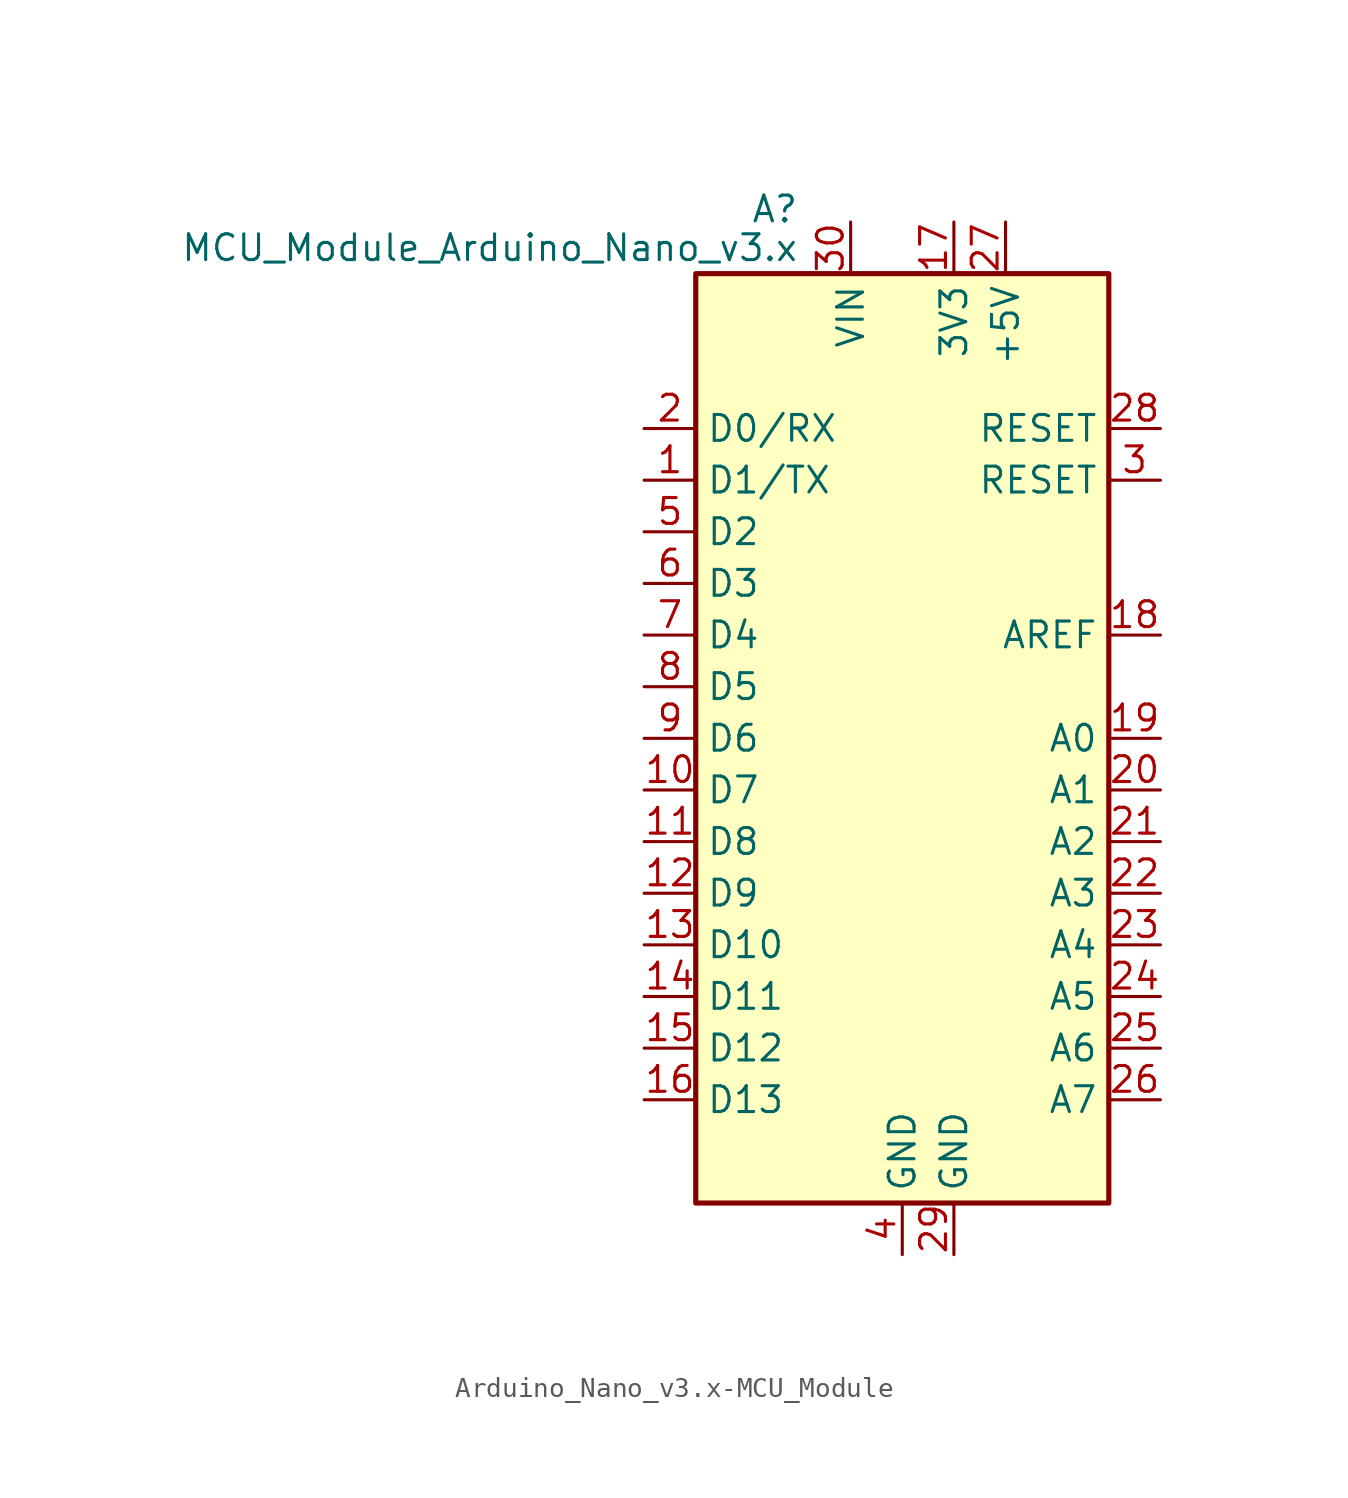
<source format=kicad_sym>
(kicad_symbol_lib
  (version 20231120)
  (generator "kicad_symbol_editor")
  (generator_version "8.0")
  (symbol "Arduino_Nano_v3.x-MCU_Module"
    (property "Reference" "A"
      (at -5.08 26.035 0)
      (effects (font (size 1.27 1.27)) (justify right)))
    (property "Value" "MCU_Module_Arduino_Nano_v3.x"
      (at -5.08 24.13 0)
      (effects (font (size 1.27 1.27)) (justify right)))
    (symbol "Arduino_Nano_v3.x-MCU_Module_0_1"
      (rectangle (start -10.16 22.86) (end 10.16 -22.86) (stroke (width 0.254) (type solid)) (fill (type background))))
    (symbol "Arduino_Nano_v3.x-MCU_Module_1_1"
      (pin bidirectional line (at -12.7 12.7 0) (length 2.54) (name "D1/TX" (effects (font (size 1.27 1.27)))) (number "1" (effects (font (size 1.27 1.27)))))
      (pin bidirectional line (at -12.7 -2.54 0) (length 2.54) (name "D7" (effects (font (size 1.27 1.27)))) (number "10" (effects (font (size 1.27 1.27)))))
      (pin bidirectional line (at -12.7 -5.08 0) (length 2.54) (name "D8" (effects (font (size 1.27 1.27)))) (number "11" (effects (font (size 1.27 1.27)))))
      (pin bidirectional line (at -12.7 -7.62 0) (length 2.54) (name "D9" (effects (font (size 1.27 1.27)))) (number "12" (effects (font (size 1.27 1.27)))))
      (pin bidirectional line (at -12.7 -10.16 0) (length 2.54) (name "D10" (effects (font (size 1.27 1.27)))) (number "13" (effects (font (size 1.27 1.27)))))
      (pin bidirectional line (at -12.7 -12.7 0) (length 2.54) (name "D11" (effects (font (size 1.27 1.27)))) (number "14" (effects (font (size 1.27 1.27)))))
      (pin bidirectional line (at -12.7 -15.24 0) (length 2.54) (name "D12" (effects (font (size 1.27 1.27)))) (number "15" (effects (font (size 1.27 1.27)))))
      (pin bidirectional line (at -12.7 -17.78 0) (length 2.54) (name "D13" (effects (font (size 1.27 1.27)))) (number "16" (effects (font (size 1.27 1.27)))))
      (pin power_out line (at 2.54 25.4 270) (length 2.54) (name "3V3" (effects (font (size 1.27 1.27)))) (number "17" (effects (font (size 1.27 1.27)))))
      (pin input line (at 12.7 5.08 180) (length 2.54) (name "AREF" (effects (font (size 1.27 1.27)))) (number "18" (effects (font (size 1.27 1.27)))))
      (pin bidirectional line (at 12.7 0 180) (length 2.54) (name "A0" (effects (font (size 1.27 1.27)))) (number "19" (effects (font (size 1.27 1.27)))))
      (pin bidirectional line (at -12.7 15.24 0) (length 2.54) (name "D0/RX" (effects (font (size 1.27 1.27)))) (number "2" (effects (font (size 1.27 1.27)))))
      (pin bidirectional line (at 12.7 -2.54 180) (length 2.54) (name "A1" (effects (font (size 1.27 1.27)))) (number "20" (effects (font (size 1.27 1.27)))))
      (pin bidirectional line (at 12.7 -5.08 180) (length 2.54) (name "A2" (effects (font (size 1.27 1.27)))) (number "21" (effects (font (size 1.27 1.27)))))
      (pin bidirectional line (at 12.7 -7.62 180) (length 2.54) (name "A3" (effects (font (size 1.27 1.27)))) (number "22" (effects (font (size 1.27 1.27)))))
      (pin bidirectional line (at 12.7 -10.16 180) (length 2.54) (name "A4" (effects (font (size 1.27 1.27)))) (number "23" (effects (font (size 1.27 1.27)))))
      (pin bidirectional line (at 12.7 -12.7 180) (length 2.54) (name "A5" (effects (font (size 1.27 1.27)))) (number "24" (effects (font (size 1.27 1.27)))))
      (pin bidirectional line (at 12.7 -15.24 180) (length 2.54) (name "A6" (effects (font (size 1.27 1.27)))) (number "25" (effects (font (size 1.27 1.27)))))
      (pin bidirectional line (at 12.7 -17.78 180) (length 2.54) (name "A7" (effects (font (size 1.27 1.27)))) (number "26" (effects (font (size 1.27 1.27)))))
      (pin power_out line (at 5.08 25.4 270) (length 2.54) (name "+5V" (effects (font (size 1.27 1.27)))) (number "27" (effects (font (size 1.27 1.27)))))
      (pin input line (at 12.7 15.24 180) (length 2.54) (name "RESET" (effects (font (size 1.27 1.27)))) (number "28" (effects (font (size 1.27 1.27)))))
      (pin power_in line (at 2.54 -25.4 90) (length 2.54) (name "GND" (effects (font (size 1.27 1.27)))) (number "29" (effects (font (size 1.27 1.27)))))
      (pin input line (at 12.7 12.7 180) (length 2.54) (name "RESET" (effects (font (size 1.27 1.27)))) (number "3" (effects (font (size 1.27 1.27)))))
      (pin power_in line (at -2.54 25.4 270) (length 2.54) (name "VIN" (effects (font (size 1.27 1.27)))) (number "30" (effects (font (size 1.27 1.27)))))
      (pin power_in line (at 0 -25.4 90) (length 2.54) (name "GND" (effects (font (size 1.27 1.27)))) (number "4" (effects (font (size 1.27 1.27)))))
      (pin bidirectional line (at -12.7 10.16 0) (length 2.54) (name "D2" (effects (font (size 1.27 1.27)))) (number "5" (effects (font (size 1.27 1.27)))))
      (pin bidirectional line (at -12.7 7.62 0) (length 2.54) (name "D3" (effects (font (size 1.27 1.27)))) (number "6" (effects (font (size 1.27 1.27)))))
      (pin bidirectional line (at -12.7 5.08 0) (length 2.54) (name "D4" (effects (font (size 1.27 1.27)))) (number "7" (effects (font (size 1.27 1.27)))))
      (pin bidirectional line (at -12.7 2.54 0) (length 2.54) (name "D5" (effects (font (size 1.27 1.27)))) (number "8" (effects (font (size 1.27 1.27)))))
      (pin bidirectional line (at -12.7 0 0) (length 2.54) (name "D6" (effects (font (size 1.27 1.27)))) (number "9" (effects (font (size 1.27 1.27))))))))
</source>
